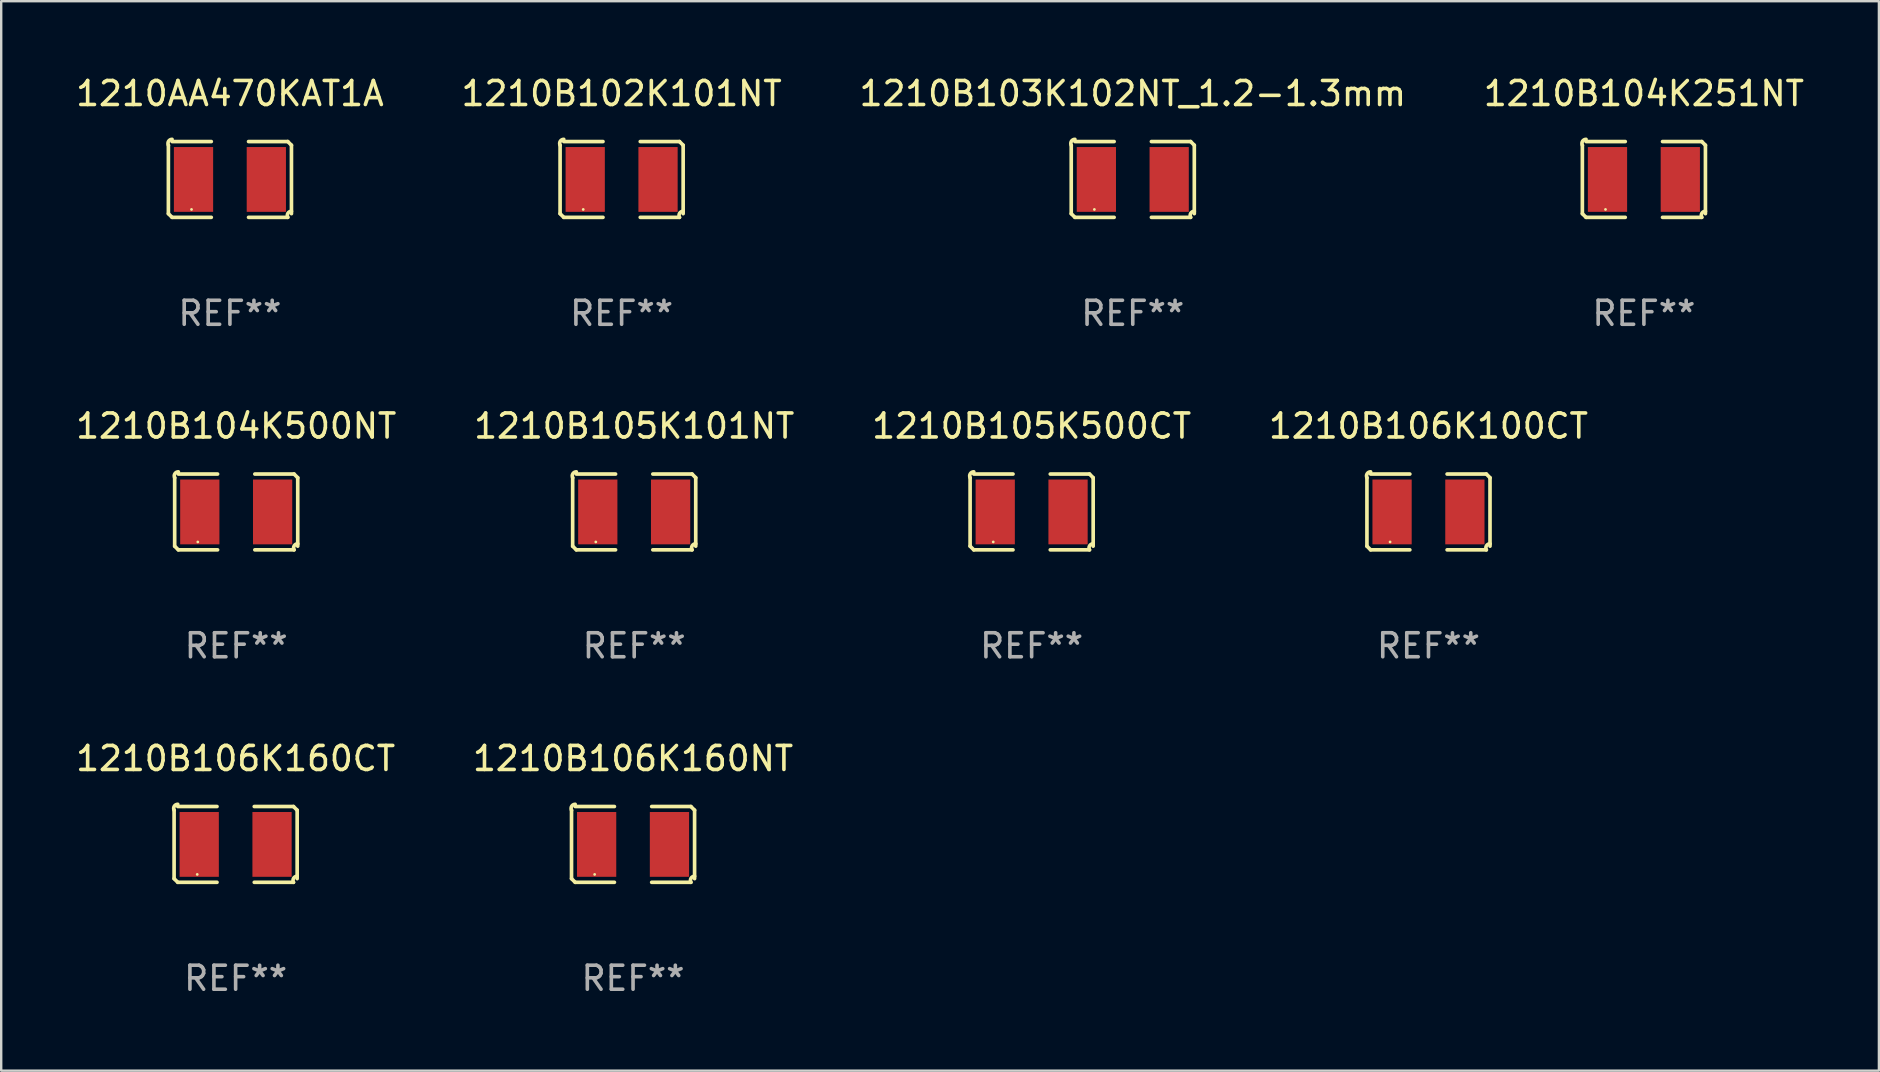
<source format=kicad_pcb>
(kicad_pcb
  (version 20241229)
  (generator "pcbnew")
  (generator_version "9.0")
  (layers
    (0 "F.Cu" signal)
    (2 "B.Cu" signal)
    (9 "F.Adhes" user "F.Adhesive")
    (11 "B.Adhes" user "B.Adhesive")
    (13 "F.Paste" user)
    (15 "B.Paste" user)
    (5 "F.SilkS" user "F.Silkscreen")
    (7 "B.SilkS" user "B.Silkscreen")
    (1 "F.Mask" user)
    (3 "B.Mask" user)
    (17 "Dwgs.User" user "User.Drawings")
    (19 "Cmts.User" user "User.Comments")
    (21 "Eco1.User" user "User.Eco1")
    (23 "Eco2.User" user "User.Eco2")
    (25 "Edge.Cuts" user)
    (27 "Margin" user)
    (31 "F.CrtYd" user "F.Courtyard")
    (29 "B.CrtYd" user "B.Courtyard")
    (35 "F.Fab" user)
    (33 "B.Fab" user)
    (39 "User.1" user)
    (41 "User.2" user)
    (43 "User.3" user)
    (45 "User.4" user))
  (footprint "1210B102K101NT"
    (layer "F.Cu")
    (at 22.851 4.427)
    (property "Reference" "1210B102K101NT" (at 0 -3.579 0) (layer "F.SilkS") (effects (font (size 1 1) (thickness 0.15))))
    (attr through_hole)
    (fp_line (start -2.564 1.426) (end -2.564 -1.426) (stroke (width 0.152) (type solid)) (layer "F.SilkS"))
    (fp_line (start -2.411 -1.579) (end -0.776 -1.579) (stroke (width 0.152) (type solid)) (layer "F.SilkS"))
    (fp_line (start -0.776 1.579) (end -2.411 1.579) (stroke (width 0.152) (type solid)) (layer "F.SilkS"))
    (fp_line (start 0.776 1.579) (end 2.411 1.579) (stroke (width 0.152) (type solid)) (layer "F.SilkS"))
    (fp_line (start 2.411 -1.579) (end 0.776 -1.579) (stroke (width 0.152) (type solid)) (layer "F.SilkS"))
    (fp_line (start 2.564 1.426) (end 2.564 -1.426) (stroke (width 0.152) (type solid)) (layer "F.SilkS"))
    (fp_arc (start -2.563602 -1.426213) (mid -2.555597 -1.591233) (end -2.411201 -1.671518) (stroke (width 0.1524) (type solid)) (layer "F.SilkS"))
    (fp_arc (start -2.5636 1.426214) (mid -2.487389 1.502402) (end -2.411201 1.578613) (stroke (width 0.1524) (type solid)) (layer "F.SilkS"))
    (fp_arc (start 2.411197 -1.578618) (mid 2.487403 -1.502419) (end 2.563602 -1.426213) (stroke (width 0.1524) (type solid)) (layer "F.SilkS"))
    (fp_arc (start 2.411201 1.578613) (mid 2.416214 1.409455) (end 2.563602 1.32629) (stroke (width 0.1524) (type solid)) (layer "F.SilkS"))
    (fp_circle (center -1.6 1.25) (end -1.57 1.25) (stroke (width 0.06) (type solid)) (fill no) (layer "F.SilkS"))
    (fp_text user "REF**" (at 0 5.579 0) (layer "F.Fab") (effects (font (size 1 1) (thickness 0.15))))
    (pad "1" smd rect (at -1.517 0) (size 1.635 2.7) (layers "F.Cu" "F.Mask" "F.Paste"))
    (pad "2" smd rect (at 1.517 0) (size 1.635 2.7) (layers "F.Cu" "F.Mask" "F.Paste")))
  (footprint "1210B103K102NT_1.2-1.3mm"
    (layer "F.Cu")
    (at 44.149 4.427)
    (property "Reference" "1210B103K102NT_1.2-1.3mm" (at 0 -3.579 0) (layer "F.SilkS") (effects (font (size 1 1) (thickness 0.15))))
    (attr through_hole)
    (fp_line (start -2.564 1.426) (end -2.564 -1.426) (stroke (width 0.152) (type solid)) (layer "F.SilkS"))
    (fp_line (start -2.411 -1.579) (end -0.776 -1.579) (stroke (width 0.152) (type solid)) (layer "F.SilkS"))
    (fp_line (start -0.776 1.579) (end -2.411 1.579) (stroke (width 0.152) (type solid)) (layer "F.SilkS"))
    (fp_line (start 0.776 1.579) (end 2.411 1.579) (stroke (width 0.152) (type solid)) (layer "F.SilkS"))
    (fp_line (start 2.411 -1.579) (end 0.776 -1.579) (stroke (width 0.152) (type solid)) (layer "F.SilkS"))
    (fp_line (start 2.564 1.426) (end 2.564 -1.426) (stroke (width 0.152) (type solid)) (layer "F.SilkS"))
    (fp_arc (start -2.563602 -1.426213) (mid -2.555597 -1.591233) (end -2.411201 -1.671518) (stroke (width 0.1524) (type solid)) (layer "F.SilkS"))
    (fp_arc (start -2.5636 1.426214) (mid -2.487389 1.502402) (end -2.411201 1.578613) (stroke (width 0.1524) (type solid)) (layer "F.SilkS"))
    (fp_arc (start 2.411197 -1.578618) (mid 2.487403 -1.502419) (end 2.563602 -1.426213) (stroke (width 0.1524) (type solid)) (layer "F.SilkS"))
    (fp_arc (start 2.411201 1.578613) (mid 2.416214 1.409455) (end 2.563602 1.32629) (stroke (width 0.1524) (type solid)) (layer "F.SilkS"))
    (fp_circle (center -1.6 1.25) (end -1.57 1.25) (stroke (width 0.06) (type solid)) (fill no) (layer "F.SilkS"))
    (fp_text user "REF**" (at 0 5.579 0) (layer "F.Fab") (effects (font (size 1 1) (thickness 0.15))))
    (pad "1" smd rect (at -1.517 0) (size 1.635 2.7) (layers "F.Cu" "F.Mask" "F.Paste"))
    (pad "2" smd rect (at 1.517 0) (size 1.635 2.7) (layers "F.Cu" "F.Mask" "F.Paste")))
  (footprint "1210B105K500CT"
    (layer "F.Cu")
    (at 39.935 18.281)
    (property "Reference" "1210B105K500CT" (at 0 -3.579 0) (layer "F.SilkS") (effects (font (size 1 1) (thickness 0.15))))
    (attr through_hole)
    (fp_line (start -2.564 1.426) (end -2.564 -1.426) (stroke (width 0.152) (type solid)) (layer "F.SilkS"))
    (fp_line (start -2.411 -1.579) (end -0.776 -1.579) (stroke (width 0.152) (type solid)) (layer "F.SilkS"))
    (fp_line (start -0.776 1.579) (end -2.411 1.579) (stroke (width 0.152) (type solid)) (layer "F.SilkS"))
    (fp_line (start 0.776 1.579) (end 2.411 1.579) (stroke (width 0.152) (type solid)) (layer "F.SilkS"))
    (fp_line (start 2.411 -1.579) (end 0.776 -1.579) (stroke (width 0.152) (type solid)) (layer "F.SilkS"))
    (fp_line (start 2.564 1.426) (end 2.564 -1.426) (stroke (width 0.152) (type solid)) (layer "F.SilkS"))
    (fp_arc (start -2.563602 -1.426213) (mid -2.555597 -1.591233) (end -2.411201 -1.671518) (stroke (width 0.1524) (type solid)) (layer "F.SilkS"))
    (fp_arc (start -2.5636 1.426214) (mid -2.487389 1.502402) (end -2.411201 1.578613) (stroke (width 0.1524) (type solid)) (layer "F.SilkS"))
    (fp_arc (start 2.411197 -1.578618) (mid 2.487403 -1.502419) (end 2.563602 -1.426213) (stroke (width 0.1524) (type solid)) (layer "F.SilkS"))
    (fp_arc (start 2.411201 1.578613) (mid 2.416214 1.409455) (end 2.563602 1.32629) (stroke (width 0.1524) (type solid)) (layer "F.SilkS"))
    (fp_circle (center -1.6 1.25) (end -1.57 1.25) (stroke (width 0.06) (type solid)) (fill no) (layer "F.SilkS"))
    (fp_text user "REF**" (at 0 5.579 0) (layer "F.Fab") (effects (font (size 1 1) (thickness 0.15))))
    (pad "1" smd rect (at -1.517 0) (size 1.635 2.7) (layers "F.Cu" "F.Mask" "F.Paste"))
    (pad "2" smd rect (at 1.517 0) (size 1.635 2.7) (layers "F.Cu" "F.Mask" "F.Paste")))
  (footprint "1210B106K160NT"
    (layer "F.Cu")
    (at 23.327 32.134)
    (property "Reference" "1210B106K160NT" (at 0 -3.579 0) (layer "F.SilkS") (effects (font (size 1 1) (thickness 0.15))))
    (attr through_hole)
    (fp_line (start -2.564 1.426) (end -2.564 -1.426) (stroke (width 0.152) (type solid)) (layer "F.SilkS"))
    (fp_line (start -2.411 -1.579) (end -0.776 -1.579) (stroke (width 0.152) (type solid)) (layer "F.SilkS"))
    (fp_line (start -0.776 1.579) (end -2.411 1.579) (stroke (width 0.152) (type solid)) (layer "F.SilkS"))
    (fp_line (start 0.776 1.579) (end 2.411 1.579) (stroke (width 0.152) (type solid)) (layer "F.SilkS"))
    (fp_line (start 2.411 -1.579) (end 0.776 -1.579) (stroke (width 0.152) (type solid)) (layer "F.SilkS"))
    (fp_line (start 2.564 1.426) (end 2.564 -1.426) (stroke (width 0.152) (type solid)) (layer "F.SilkS"))
    (fp_arc (start -2.563602 -1.426213) (mid -2.555597 -1.591233) (end -2.411201 -1.671518) (stroke (width 0.1524) (type solid)) (layer "F.SilkS"))
    (fp_arc (start -2.5636 1.426214) (mid -2.487389 1.502402) (end -2.411201 1.578613) (stroke (width 0.1524) (type solid)) (layer "F.SilkS"))
    (fp_arc (start 2.411197 -1.578618) (mid 2.487403 -1.502419) (end 2.563602 -1.426213) (stroke (width 0.1524) (type solid)) (layer "F.SilkS"))
    (fp_arc (start 2.411201 1.578613) (mid 2.416214 1.409455) (end 2.563602 1.32629) (stroke (width 0.1524) (type solid)) (layer "F.SilkS"))
    (fp_circle (center -1.6 1.25) (end -1.57 1.25) (stroke (width 0.06) (type solid)) (fill no) (layer "F.SilkS"))
    (fp_text user "REF**" (at 0 5.579 0) (layer "F.Fab") (effects (font (size 1 1) (thickness 0.15))))
    (pad "1" smd rect (at -1.517 0) (size 1.635 2.7) (layers "F.Cu" "F.Mask" "F.Paste"))
    (pad "2" smd rect (at 1.517 0) (size 1.635 2.7) (layers "F.Cu" "F.Mask" "F.Paste")))
  (footprint "1210B104K251NT"
    (layer "F.Cu")
    (at 65.446 4.427)
    (property "Reference" "1210B104K251NT" (at 0 -3.579 0) (layer "F.SilkS") (effects (font (size 1 1) (thickness 0.15))))
    (attr through_hole)
    (fp_line (start -2.564 1.426) (end -2.564 -1.426) (stroke (width 0.152) (type solid)) (layer "F.SilkS"))
    (fp_line (start -2.411 -1.579) (end -0.776 -1.579) (stroke (width 0.152) (type solid)) (layer "F.SilkS"))
    (fp_line (start -0.776 1.579) (end -2.411 1.579) (stroke (width 0.152) (type solid)) (layer "F.SilkS"))
    (fp_line (start 0.776 1.579) (end 2.411 1.579) (stroke (width 0.152) (type solid)) (layer "F.SilkS"))
    (fp_line (start 2.411 -1.579) (end 0.776 -1.579) (stroke (width 0.152) (type solid)) (layer "F.SilkS"))
    (fp_line (start 2.564 1.426) (end 2.564 -1.426) (stroke (width 0.152) (type solid)) (layer "F.SilkS"))
    (fp_arc (start -2.563602 -1.426213) (mid -2.555597 -1.591233) (end -2.411201 -1.671518) (stroke (width 0.1524) (type solid)) (layer "F.SilkS"))
    (fp_arc (start -2.5636 1.426214) (mid -2.487389 1.502402) (end -2.411201 1.578613) (stroke (width 0.1524) (type solid)) (layer "F.SilkS"))
    (fp_arc (start 2.411197 -1.578618) (mid 2.487403 -1.502419) (end 2.563602 -1.426213) (stroke (width 0.1524) (type solid)) (layer "F.SilkS"))
    (fp_arc (start 2.411201 1.578613) (mid 2.416214 1.409455) (end 2.563602 1.32629) (stroke (width 0.1524) (type solid)) (layer "F.SilkS"))
    (fp_circle (center -1.6 1.25) (end -1.57 1.25) (stroke (width 0.06) (type solid)) (fill no) (layer "F.SilkS"))
    (fp_text user "REF**" (at 0 5.579 0) (layer "F.Fab") (effects (font (size 1 1) (thickness 0.15))))
    (pad "1" smd rect (at -1.517 0) (size 1.635 2.7) (layers "F.Cu" "F.Mask" "F.Paste"))
    (pad "2" smd rect (at 1.517 0) (size 1.635 2.7) (layers "F.Cu" "F.Mask" "F.Paste")))
  (footprint "1210AA470KAT1A"
    (layer "F.Cu")
    (at 6.53 4.427)
    (property "Reference" "1210AA470KAT1A" (at 0 -3.579 0) (layer "F.SilkS") (effects (font (size 1 1) (thickness 0.15))))
    (attr through_hole)
    (fp_line (start -2.564 1.426) (end -2.564 -1.426) (stroke (width 0.152) (type solid)) (layer "F.SilkS"))
    (fp_line (start -2.411 -1.579) (end -0.776 -1.579) (stroke (width 0.152) (type solid)) (layer "F.SilkS"))
    (fp_line (start -0.776 1.579) (end -2.411 1.579) (stroke (width 0.152) (type solid)) (layer "F.SilkS"))
    (fp_line (start 0.776 1.579) (end 2.411 1.579) (stroke (width 0.152) (type solid)) (layer "F.SilkS"))
    (fp_line (start 2.411 -1.579) (end 0.776 -1.579) (stroke (width 0.152) (type solid)) (layer "F.SilkS"))
    (fp_line (start 2.564 1.426) (end 2.564 -1.426) (stroke (width 0.152) (type solid)) (layer "F.SilkS"))
    (fp_arc (start -2.563602 -1.426213) (mid -2.555597 -1.591233) (end -2.411201 -1.671518) (stroke (width 0.1524) (type solid)) (layer "F.SilkS"))
    (fp_arc (start -2.5636 1.426214) (mid -2.487389 1.502402) (end -2.411201 1.578613) (stroke (width 0.1524) (type solid)) (layer "F.SilkS"))
    (fp_arc (start 2.411197 -1.578618) (mid 2.487403 -1.502419) (end 2.563602 -1.426213) (stroke (width 0.1524) (type solid)) (layer "F.SilkS"))
    (fp_arc (start 2.411201 1.578613) (mid 2.416214 1.409455) (end 2.563602 1.32629) (stroke (width 0.1524) (type solid)) (layer "F.SilkS"))
    (fp_circle (center -1.6 1.25) (end -1.57 1.25) (stroke (width 0.06) (type solid)) (fill no) (layer "F.SilkS"))
    (fp_text user "REF**" (at 0 5.579 0) (layer "F.Fab") (effects (font (size 1 1) (thickness 0.15))))
    (pad "1" smd rect (at -1.517 0) (size 1.635 2.7) (layers "F.Cu" "F.Mask" "F.Paste"))
    (pad "2" smd rect (at 1.517 0) (size 1.635 2.7) (layers "F.Cu" "F.Mask" "F.Paste")))
  (footprint "1210B105K101NT"
    (layer "F.Cu")
    (at 23.375 18.281)
    (property "Reference" "1210B105K101NT" (at 0 -3.579 0) (layer "F.SilkS") (effects (font (size 1 1) (thickness 0.15))))
    (attr through_hole)
    (fp_line (start -2.564 1.426) (end -2.564 -1.426) (stroke (width 0.152) (type solid)) (layer "F.SilkS"))
    (fp_line (start -2.411 -1.579) (end -0.776 -1.579) (stroke (width 0.152) (type solid)) (layer "F.SilkS"))
    (fp_line (start -0.776 1.579) (end -2.411 1.579) (stroke (width 0.152) (type solid)) (layer "F.SilkS"))
    (fp_line (start 0.776 1.579) (end 2.411 1.579) (stroke (width 0.152) (type solid)) (layer "F.SilkS"))
    (fp_line (start 2.411 -1.579) (end 0.776 -1.579) (stroke (width 0.152) (type solid)) (layer "F.SilkS"))
    (fp_line (start 2.564 1.426) (end 2.564 -1.426) (stroke (width 0.152) (type solid)) (layer "F.SilkS"))
    (fp_arc (start -2.563602 -1.426213) (mid -2.555597 -1.591233) (end -2.411201 -1.671518) (stroke (width 0.1524) (type solid)) (layer "F.SilkS"))
    (fp_arc (start -2.5636 1.426214) (mid -2.487389 1.502402) (end -2.411201 1.578613) (stroke (width 0.1524) (type solid)) (layer "F.SilkS"))
    (fp_arc (start 2.411197 -1.578618) (mid 2.487403 -1.502419) (end 2.563602 -1.426213) (stroke (width 0.1524) (type solid)) (layer "F.SilkS"))
    (fp_arc (start 2.411201 1.578613) (mid 2.416214 1.409455) (end 2.563602 1.32629) (stroke (width 0.1524) (type solid)) (layer "F.SilkS"))
    (fp_circle (center -1.6 1.25) (end -1.57 1.25) (stroke (width 0.06) (type solid)) (fill no) (layer "F.SilkS"))
    (fp_text user "REF**" (at 0 5.579 0) (layer "F.Fab") (effects (font (size 1 1) (thickness 0.15))))
    (pad "1" smd rect (at -1.517 0) (size 1.635 2.7) (layers "F.Cu" "F.Mask" "F.Paste"))
    (pad "2" smd rect (at 1.517 0) (size 1.635 2.7) (layers "F.Cu" "F.Mask" "F.Paste")))
  (footprint "1210B106K100CT"
    (layer "F.Cu")
    (at 56.47 18.281)
    (property "Reference" "1210B106K100CT" (at 0 -3.579 0) (layer "F.SilkS") (effects (font (size 1 1) (thickness 0.15))))
    (attr through_hole)
    (fp_line (start -2.564 1.426) (end -2.564 -1.426) (stroke (width 0.152) (type solid)) (layer "F.SilkS"))
    (fp_line (start -2.411 -1.579) (end -0.776 -1.579) (stroke (width 0.152) (type solid)) (layer "F.SilkS"))
    (fp_line (start -0.776 1.579) (end -2.411 1.579) (stroke (width 0.152) (type solid)) (layer "F.SilkS"))
    (fp_line (start 0.776 1.579) (end 2.411 1.579) (stroke (width 0.152) (type solid)) (layer "F.SilkS"))
    (fp_line (start 2.411 -1.579) (end 0.776 -1.579) (stroke (width 0.152) (type solid)) (layer "F.SilkS"))
    (fp_line (start 2.564 1.426) (end 2.564 -1.426) (stroke (width 0.152) (type solid)) (layer "F.SilkS"))
    (fp_arc (start -2.563602 -1.426213) (mid -2.555597 -1.591233) (end -2.411201 -1.671518) (stroke (width 0.1524) (type solid)) (layer "F.SilkS"))
    (fp_arc (start -2.5636 1.426214) (mid -2.487389 1.502402) (end -2.411201 1.578613) (stroke (width 0.1524) (type solid)) (layer "F.SilkS"))
    (fp_arc (start 2.411197 -1.578618) (mid 2.487403 -1.502419) (end 2.563602 -1.426213) (stroke (width 0.1524) (type solid)) (layer "F.SilkS"))
    (fp_arc (start 2.411201 1.578613) (mid 2.416214 1.409455) (end 2.563602 1.32629) (stroke (width 0.1524) (type solid)) (layer "F.SilkS"))
    (fp_circle (center -1.6 1.25) (end -1.57 1.25) (stroke (width 0.06) (type solid)) (fill no) (layer "F.SilkS"))
    (fp_text user "REF**" (at 0 5.579 0) (layer "F.Fab") (effects (font (size 1 1) (thickness 0.15))))
    (pad "1" smd rect (at -1.517 0) (size 1.635 2.7) (layers "F.Cu" "F.Mask" "F.Paste"))
    (pad "2" smd rect (at 1.517 0) (size 1.635 2.7) (layers "F.Cu" "F.Mask" "F.Paste")))
  (footprint "1210B106K160CT"
    (layer "F.Cu")
    (at 6.768 32.134)
    (property "Reference" "1210B106K160CT" (at 0 -3.579 0) (layer "F.SilkS") (effects (font (size 1 1) (thickness 0.15))))
    (attr through_hole)
    (fp_line (start -2.564 1.426) (end -2.564 -1.426) (stroke (width 0.152) (type solid)) (layer "F.SilkS"))
    (fp_line (start -2.411 -1.579) (end -0.776 -1.579) (stroke (width 0.152) (type solid)) (layer "F.SilkS"))
    (fp_line (start -0.776 1.579) (end -2.411 1.579) (stroke (width 0.152) (type solid)) (layer "F.SilkS"))
    (fp_line (start 0.776 1.579) (end 2.411 1.579) (stroke (width 0.152) (type solid)) (layer "F.SilkS"))
    (fp_line (start 2.411 -1.579) (end 0.776 -1.579) (stroke (width 0.152) (type solid)) (layer "F.SilkS"))
    (fp_line (start 2.564 1.426) (end 2.564 -1.426) (stroke (width 0.152) (type solid)) (layer "F.SilkS"))
    (fp_arc (start -2.563602 -1.426213) (mid -2.555597 -1.591233) (end -2.411201 -1.671518) (stroke (width 0.1524) (type solid)) (layer "F.SilkS"))
    (fp_arc (start -2.5636 1.426214) (mid -2.487389 1.502402) (end -2.411201 1.578613) (stroke (width 0.1524) (type solid)) (layer "F.SilkS"))
    (fp_arc (start 2.411197 -1.578618) (mid 2.487403 -1.502419) (end 2.563602 -1.426213) (stroke (width 0.1524) (type solid)) (layer "F.SilkS"))
    (fp_arc (start 2.411201 1.578613) (mid 2.416214 1.409455) (end 2.563602 1.32629) (stroke (width 0.1524) (type solid)) (layer "F.SilkS"))
    (fp_circle (center -1.6 1.25) (end -1.57 1.25) (stroke (width 0.06) (type solid)) (fill no) (layer "F.SilkS"))
    (fp_text user "REF**" (at 0 5.579 0) (layer "F.Fab") (effects (font (size 1 1) (thickness 0.15))))
    (pad "1" smd rect (at -1.517 0) (size 1.635 2.7) (layers "F.Cu" "F.Mask" "F.Paste"))
    (pad "2" smd rect (at 1.517 0) (size 1.635 2.7) (layers "F.Cu" "F.Mask" "F.Paste")))
  (footprint "1210B104K500NT"
    (layer "F.Cu")
    (at 6.792 18.281)
    (property "Reference" "1210B104K500NT" (at 0 -3.579 0) (layer "F.SilkS") (effects (font (size 1 1) (thickness 0.15))))
    (attr through_hole)
    (fp_line (start -2.564 1.426) (end -2.564 -1.426) (stroke (width 0.152) (type solid)) (layer "F.SilkS"))
    (fp_line (start -2.411 -1.579) (end -0.776 -1.579) (stroke (width 0.152) (type solid)) (layer "F.SilkS"))
    (fp_line (start -0.776 1.579) (end -2.411 1.579) (stroke (width 0.152) (type solid)) (layer "F.SilkS"))
    (fp_line (start 0.776 1.579) (end 2.411 1.579) (stroke (width 0.152) (type solid)) (layer "F.SilkS"))
    (fp_line (start 2.411 -1.579) (end 0.776 -1.579) (stroke (width 0.152) (type solid)) (layer "F.SilkS"))
    (fp_line (start 2.564 1.426) (end 2.564 -1.426) (stroke (width 0.152) (type solid)) (layer "F.SilkS"))
    (fp_arc (start -2.563602 -1.426213) (mid -2.555597 -1.591233) (end -2.411201 -1.671518) (stroke (width 0.1524) (type solid)) (layer "F.SilkS"))
    (fp_arc (start -2.5636 1.426214) (mid -2.487389 1.502402) (end -2.411201 1.578613) (stroke (width 0.1524) (type solid)) (layer "F.SilkS"))
    (fp_arc (start 2.411197 -1.578618) (mid 2.487403 -1.502419) (end 2.563602 -1.426213) (stroke (width 0.1524) (type solid)) (layer "F.SilkS"))
    (fp_arc (start 2.411201 1.578613) (mid 2.416214 1.409455) (end 2.563602 1.32629) (stroke (width 0.1524) (type solid)) (layer "F.SilkS"))
    (fp_circle (center -1.6 1.25) (end -1.57 1.25) (stroke (width 0.06) (type solid)) (fill no) (layer "F.SilkS"))
    (fp_text user "REF**" (at 0 5.579 0) (layer "F.Fab") (effects (font (size 1 1) (thickness 0.15))))
    (pad "1" smd rect (at -1.517 0) (size 1.635 2.7) (layers "F.Cu" "F.Mask" "F.Paste"))
    (pad "2" smd rect (at 1.517 0) (size 1.635 2.7) (layers "F.Cu" "F.Mask" "F.Paste")))
  (gr_rect
    (start -3 -3)
    (end 75.238 41.561)
    (stroke (width 0.1) (type default))
    (fill no)
    (layer "Edge.Cuts")))
</source>
